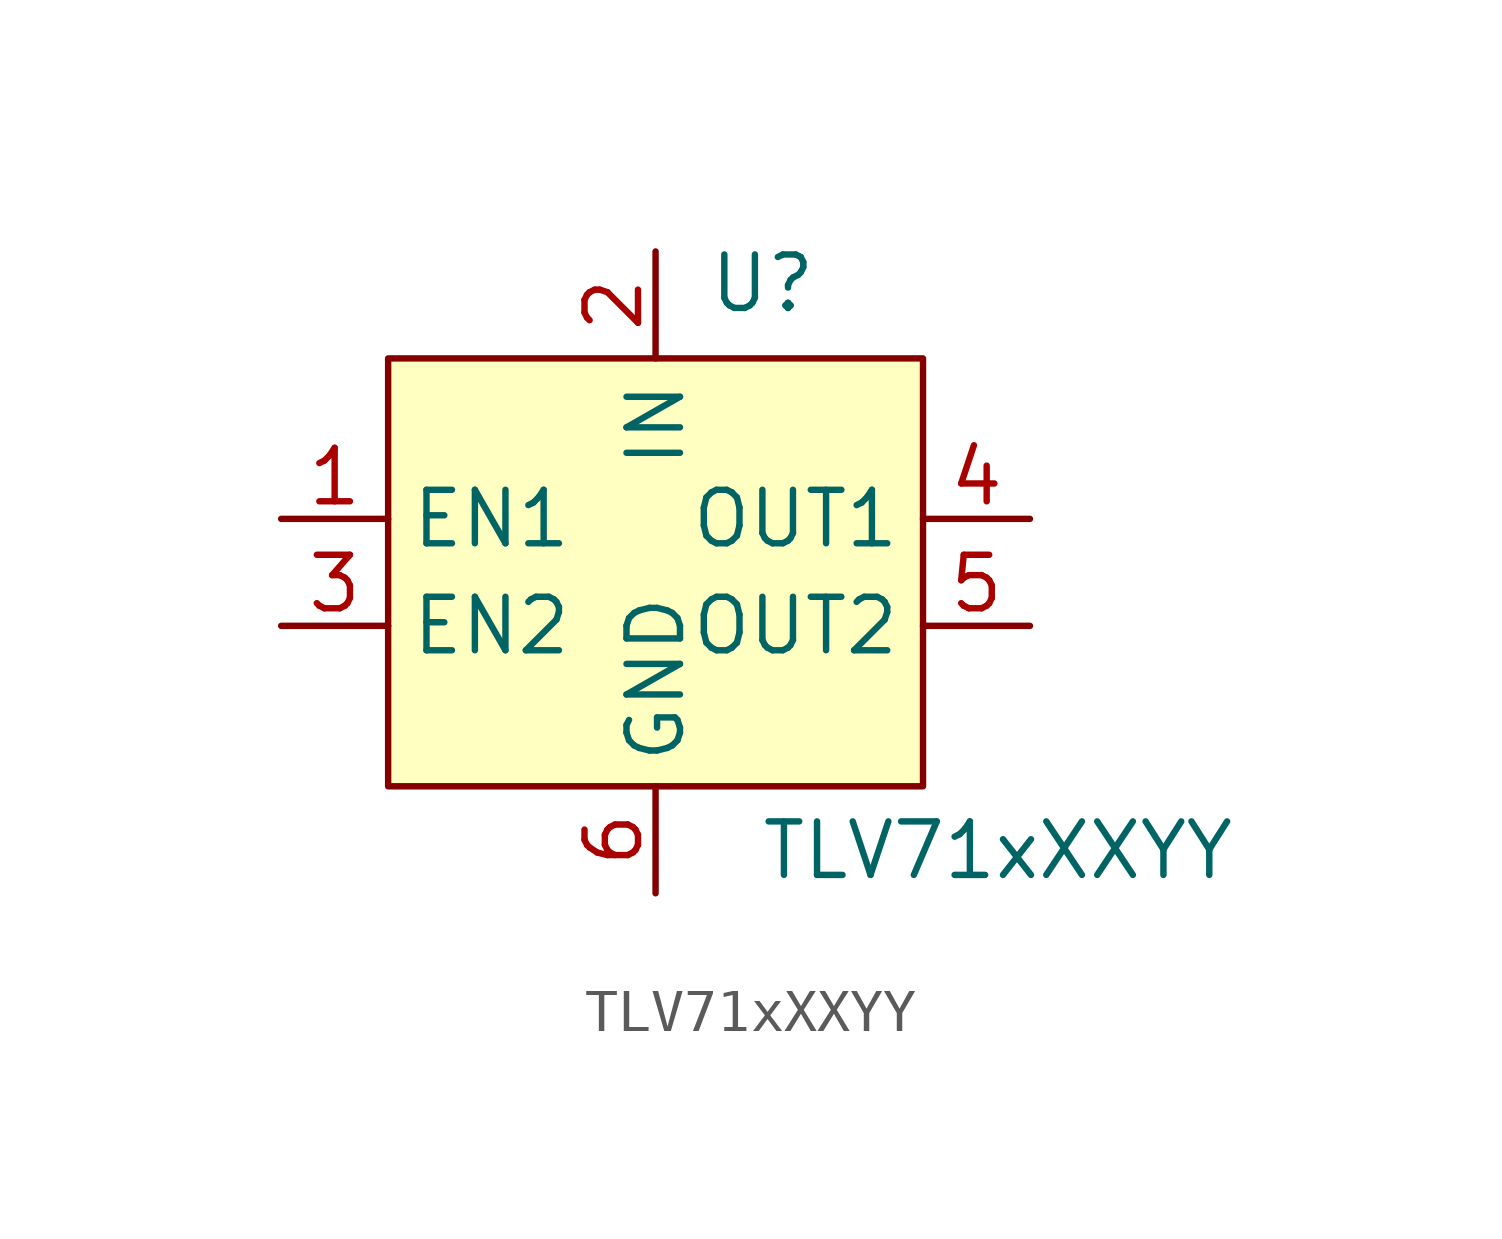
<source format=kicad_sym>
(kicad_symbol_lib
  (version 20231120)
  (generator "kicad_symbol_editor")
  (generator_version "8.0")
  (symbol "TLV71xXXYY"
    (property "Reference" "U"
      (at 2.54 6.858 0)
      (effects (font (size 1.27 1.27))))
    (property "Value" "TLV71xXXYY"
      (at 8.128 -6.604 0)
      (effects (font (size 1.27 1.27))))
    (symbol "TLV71xXXYY_0_0"
      (pin input line (at -8.89 1.27 0) (length 2.54) (name "EN1" (effects (font (size 1.27 1.27)))) (number "1" (effects (font (size 1.27 1.27)))))
      (pin power_in line (at 0 7.62 270) (length 2.54) (name "IN" (effects (font (size 1.27 1.27)))) (number "2" (effects (font (size 1.27 1.27)))))
      (pin input line (at -8.89 -1.27 0) (length 2.54) (name "EN2" (effects (font (size 1.27 1.27)))) (number "3" (effects (font (size 1.27 1.27)))))
      (pin power_out line (at 8.89 1.27 180) (length 2.54) (name "OUT1" (effects (font (size 1.27 1.27)))) (number "4" (effects (font (size 1.27 1.27)))))
      (pin power_out line (at 8.89 -1.27 180) (length 2.54) (name "OUT2" (effects (font (size 1.27 1.27)))) (number "5" (effects (font (size 1.27 1.27)))))
      (pin power_in line (at 0 -7.62 90) (length 2.54) (name "GND" (effects (font (size 1.27 1.27)))) (number "6" (effects (font (size 1.27 1.27))))))
    (symbol "TLV71xXXYY_1_1"
      (rectangle (start -6.35 5.08) (end 6.35 -5.08) (stroke (width 0) (type default)) (fill (type background))))))
</source>
